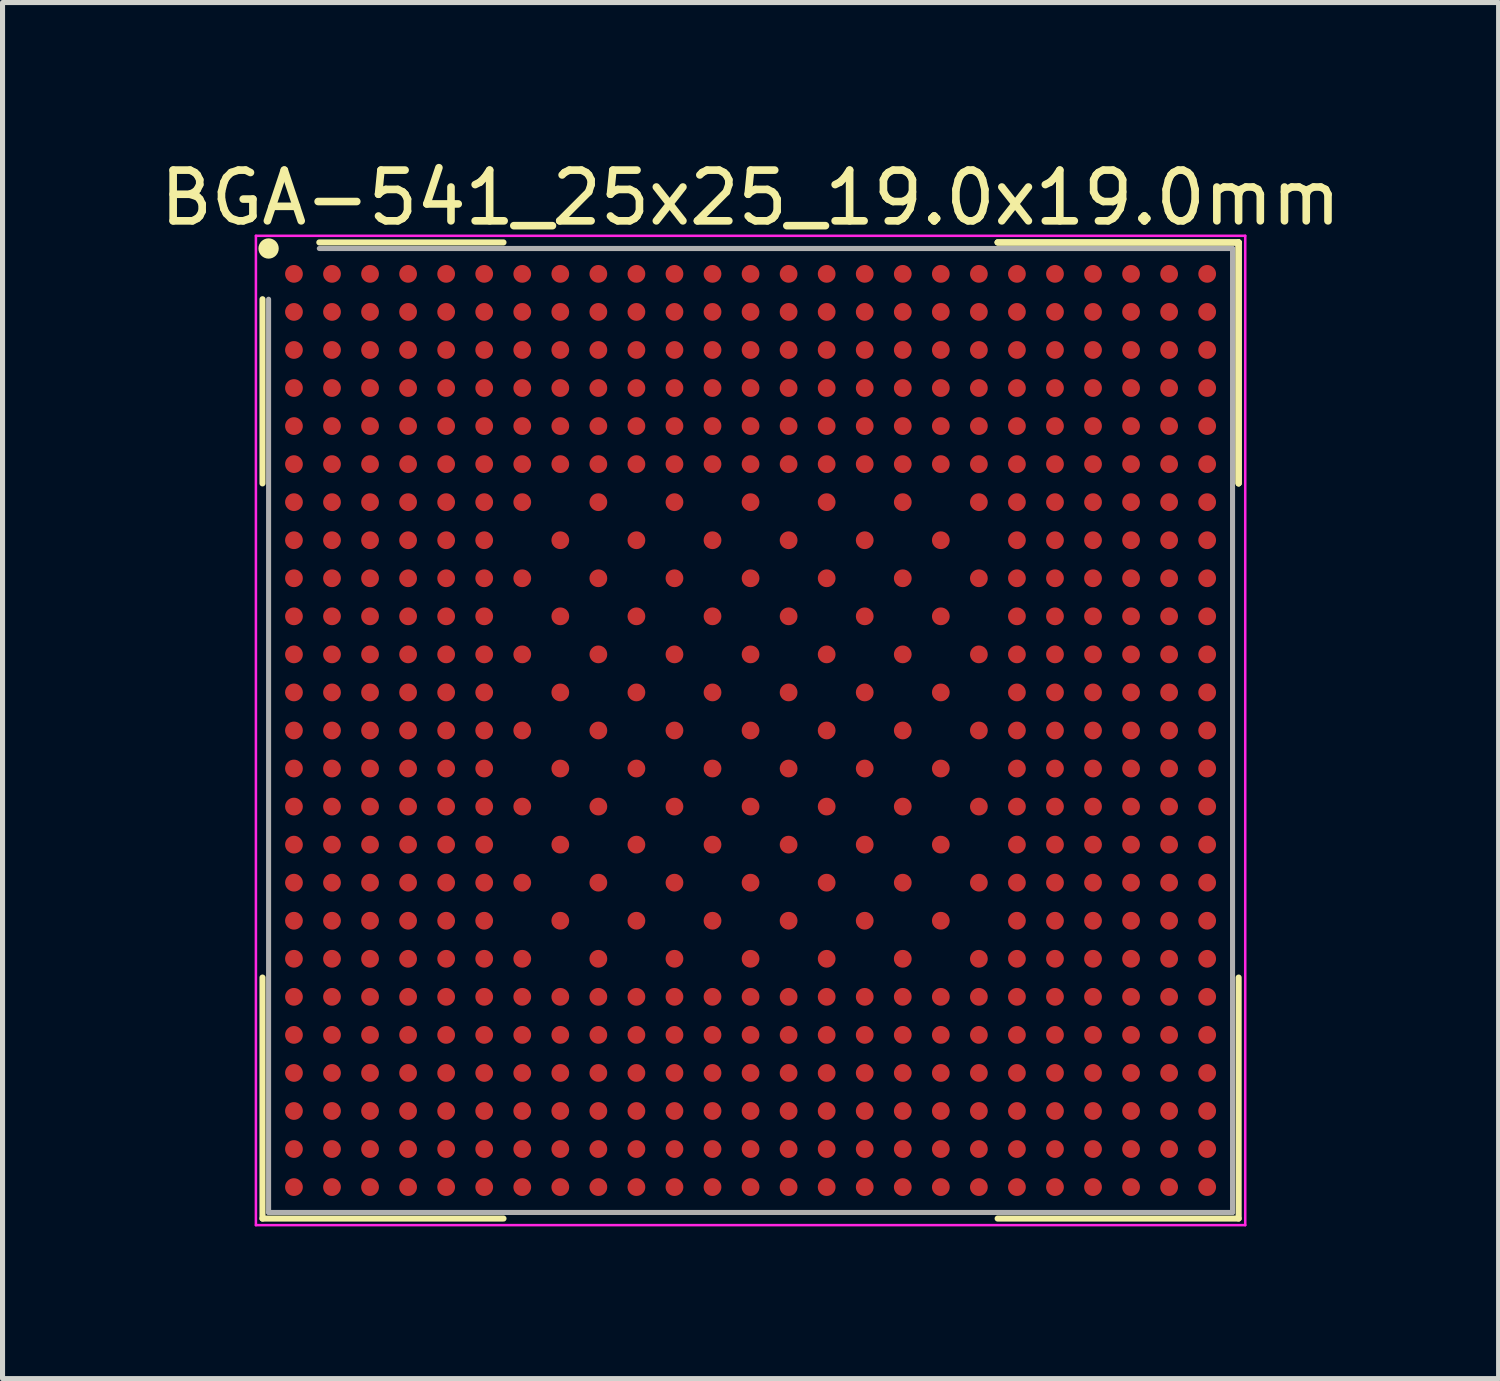
<source format=kicad_pcb>
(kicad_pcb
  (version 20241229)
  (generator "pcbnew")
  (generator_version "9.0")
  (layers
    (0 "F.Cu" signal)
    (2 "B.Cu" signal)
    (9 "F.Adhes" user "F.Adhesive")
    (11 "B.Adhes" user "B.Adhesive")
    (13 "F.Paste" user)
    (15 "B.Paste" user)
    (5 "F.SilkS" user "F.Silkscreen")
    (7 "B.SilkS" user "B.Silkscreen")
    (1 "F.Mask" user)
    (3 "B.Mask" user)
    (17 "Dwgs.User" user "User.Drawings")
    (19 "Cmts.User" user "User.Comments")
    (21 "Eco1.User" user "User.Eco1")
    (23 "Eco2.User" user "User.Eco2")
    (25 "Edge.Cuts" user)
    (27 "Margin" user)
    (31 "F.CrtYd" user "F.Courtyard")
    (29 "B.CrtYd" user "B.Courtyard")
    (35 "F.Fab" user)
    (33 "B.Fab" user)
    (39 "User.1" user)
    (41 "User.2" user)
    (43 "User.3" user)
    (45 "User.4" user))
  (footprint "BGA-541_25x25_19.0x19.0mm"
    (layer "F.Cu")
    (at 11.744 11.348)
    (property "Reference" "BGA-541_25x25_19.0x19.0mm" (at 0 -10.5 0) (layer "F.SilkS") (effects (font (size 1 1) (thickness 0.15))))
    (attr smd)
    (fp_line (start -9.62 -8.5) (end -9.62 -4.87) (stroke (width 0.12) (type solid)) (layer "F.SilkS"))
    (fp_line (start -9.62 9.62) (end -9.62 4.87) (stroke (width 0.12) (type solid)) (layer "F.SilkS"))
    (fp_line (start -4.87 -9.62) (end -8.5 -9.62) (stroke (width 0.12) (type solid)) (layer "F.SilkS"))
    (fp_line (start -4.87 9.62) (end -9.62 9.62) (stroke (width 0.12) (type solid)) (layer "F.SilkS"))
    (fp_line (start 4.87 -9.62) (end 9.62 -9.62) (stroke (width 0.12) (type solid)) (layer "F.SilkS"))
    (fp_line (start 4.87 -9.62) (end 9.62 -9.62) (stroke (width 0.12) (type solid)) (layer "F.SilkS"))
    (fp_line (start 4.87 -9.62) (end 9.62 -9.62) (stroke (width 0.12) (type solid)) (layer "F.SilkS"))
    (fp_line (start 4.87 9.62) (end 9.62 9.62) (stroke (width 0.12) (type solid)) (layer "F.SilkS"))
    (fp_line (start 9.62 -9.62) (end 9.62 -4.87) (stroke (width 0.12) (type solid)) (layer "F.SilkS"))
    (fp_line (start 9.62 -9.62) (end 9.62 -4.87) (stroke (width 0.12) (type solid)) (layer "F.SilkS"))
    (fp_line (start 9.62 -9.62) (end 9.62 -4.87) (stroke (width 0.12) (type solid)) (layer "F.SilkS"))
    (fp_line (start 9.62 9.62) (end 9.62 4.87) (stroke (width 0.12) (type solid)) (layer "F.SilkS"))
    (fp_circle (center -9.5 -9.5) (end -9.5 -9.4) (stroke (width 0.2) (type solid)) (fill no) (layer "F.SilkS"))
    (fp_line (start -9.75 -9.75) (end 9.75 -9.75) (stroke (width 0.05) (type solid)) (layer "F.CrtYd"))
    (fp_line (start -9.75 9.75) (end -9.75 -9.75) (stroke (width 0.05) (type solid)) (layer "F.CrtYd"))
    (fp_line (start 9.75 -9.75) (end 9.75 9.75) (stroke (width 0.05) (type solid)) (layer "F.CrtYd"))
    (fp_line (start 9.75 9.75) (end -9.75 9.75) (stroke (width 0.05) (type solid)) (layer "F.CrtYd"))
    (fp_line (start -9.5 -8.5) (end -9.5 9.5) (stroke (width 0.1) (type solid)) (layer "F.Fab"))
    (fp_line (start -9.5 9.5) (end 9.5 9.5) (stroke (width 0.1) (type solid)) (layer "F.Fab"))
    (fp_line (start 9.5 -9.5) (end -8.5 -9.5) (stroke (width 0.1) (type solid)) (layer "F.Fab"))
    (fp_line (start 9.5 9.5) (end 9.5 -9.5) (stroke (width 0.1) (type solid)) (layer "F.Fab"))
    (pad "A1" smd circle (at -9 -9) (size 0.35 0.35) (layers "F.Cu" "F.Mask" "F.Paste"))
    (pad "A2" smd circle (at -8.25 -9) (size 0.35 0.35) (layers "F.Cu" "F.Mask" "F.Paste"))
    (pad "A3" smd circle (at -7.5 -9) (size 0.35 0.35) (layers "F.Cu" "F.Mask" "F.Paste"))
    (pad "A4" smd circle (at -6.75 -9) (size 0.35 0.35) (layers "F.Cu" "F.Mask" "F.Paste"))
    (pad "A5" smd circle (at -6 -9) (size 0.35 0.35) (layers "F.Cu" "F.Mask" "F.Paste"))
    (pad "A6" smd circle (at -5.25 -9) (size 0.35 0.35) (layers "F.Cu" "F.Mask" "F.Paste"))
    (pad "A7" smd circle (at -4.5 -9) (size 0.35 0.35) (layers "F.Cu" "F.Mask" "F.Paste"))
    (pad "A8" smd circle (at -3.75 -9) (size 0.35 0.35) (layers "F.Cu" "F.Mask" "F.Paste"))
    (pad "A9" smd circle (at -3 -9) (size 0.35 0.35) (layers "F.Cu" "F.Mask" "F.Paste"))
    (pad "A10" smd circle (at -2.25 -9) (size 0.35 0.35) (layers "F.Cu" "F.Mask" "F.Paste"))
    (pad "A11" smd circle (at -1.5 -9) (size 0.35 0.35) (layers "F.Cu" "F.Mask" "F.Paste"))
    (pad "A12" smd circle (at -0.75 -9) (size 0.35 0.35) (layers "F.Cu" "F.Mask" "F.Paste"))
    (pad "A13" smd circle (at 0 -9) (size 0.35 0.35) (layers "F.Cu" "F.Mask" "F.Paste"))
    (pad "A14" smd circle (at 0.75 -9) (size 0.35 0.35) (layers "F.Cu" "F.Mask" "F.Paste"))
    (pad "A15" smd circle (at 1.5 -9) (size 0.35 0.35) (layers "F.Cu" "F.Mask" "F.Paste"))
    (pad "A16" smd circle (at 2.25 -9) (size 0.35 0.35) (layers "F.Cu" "F.Mask" "F.Paste"))
    (pad "A17" smd circle (at 3 -9) (size 0.35 0.35) (layers "F.Cu" "F.Mask" "F.Paste"))
    (pad "A18" smd circle (at 3.75 -9) (size 0.35 0.35) (layers "F.Cu" "F.Mask" "F.Paste"))
    (pad "A19" smd circle (at 4.5 -9) (size 0.35 0.35) (layers "F.Cu" "F.Mask" "F.Paste"))
    (pad "A20" smd circle (at 5.25 -9) (size 0.35 0.35) (layers "F.Cu" "F.Mask" "F.Paste"))
    (pad "A21" smd circle (at 6 -9) (size 0.35 0.35) (layers "F.Cu" "F.Mask" "F.Paste"))
    (pad "A22" smd circle (at 6.75 -9) (size 0.35 0.35) (layers "F.Cu" "F.Mask" "F.Paste"))
    (pad "A23" smd circle (at 7.5 -9) (size 0.35 0.35) (layers "F.Cu" "F.Mask" "F.Paste"))
    (pad "A24" smd circle (at 8.25 -9) (size 0.35 0.35) (layers "F.Cu" "F.Mask" "F.Paste"))
    (pad "A25" smd circle (at 9 -9) (size 0.35 0.35) (layers "F.Cu" "F.Mask" "F.Paste"))
    (pad "AA1" smd circle (at -9 6) (size 0.35 0.35) (layers "F.Cu" "F.Mask" "F.Paste"))
    (pad "AA2" smd circle (at -8.25 6) (size 0.35 0.35) (layers "F.Cu" "F.Mask" "F.Paste"))
    (pad "AA3" smd circle (at -7.5 6) (size 0.35 0.35) (layers "F.Cu" "F.Mask" "F.Paste"))
    (pad "AA4" smd circle (at -6.75 6) (size 0.35 0.35) (layers "F.Cu" "F.Mask" "F.Paste"))
    (pad "AA5" smd circle (at -6 6) (size 0.35 0.35) (layers "F.Cu" "F.Mask" "F.Paste"))
    (pad "AA6" smd circle (at -5.25 6) (size 0.35 0.35) (layers "F.Cu" "F.Mask" "F.Paste"))
    (pad "AA7" smd circle (at -4.5 6) (size 0.35 0.35) (layers "F.Cu" "F.Mask" "F.Paste"))
    (pad "AA8" smd circle (at -3.75 6) (size 0.35 0.35) (layers "F.Cu" "F.Mask" "F.Paste"))
    (pad "AA9" smd circle (at -3 6) (size 0.35 0.35) (layers "F.Cu" "F.Mask" "F.Paste"))
    (pad "AA10" smd circle (at -2.25 6) (size 0.35 0.35) (layers "F.Cu" "F.Mask" "F.Paste"))
    (pad "AA11" smd circle (at -1.5 6) (size 0.35 0.35) (layers "F.Cu" "F.Mask" "F.Paste"))
    (pad "AA12" smd circle (at -0.75 6) (size 0.35 0.35) (layers "F.Cu" "F.Mask" "F.Paste"))
    (pad "AA13" smd circle (at 0 6) (size 0.35 0.35) (layers "F.Cu" "F.Mask" "F.Paste"))
    (pad "AA14" smd circle (at 0.75 6) (size 0.35 0.35) (layers "F.Cu" "F.Mask" "F.Paste"))
    (pad "AA15" smd circle (at 1.5 6) (size 0.35 0.35) (layers "F.Cu" "F.Mask" "F.Paste"))
    (pad "AA16" smd circle (at 2.25 6) (size 0.35 0.35) (layers "F.Cu" "F.Mask" "F.Paste"))
    (pad "AA17" smd circle (at 3 6) (size 0.35 0.35) (layers "F.Cu" "F.Mask" "F.Paste"))
    (pad "AA18" smd circle (at 3.75 6) (size 0.35 0.35) (layers "F.Cu" "F.Mask" "F.Paste"))
    (pad "AA19" smd circle (at 4.5 6) (size 0.35 0.35) (layers "F.Cu" "F.Mask" "F.Paste"))
    (pad "AA20" smd circle (at 5.25 6) (size 0.35 0.35) (layers "F.Cu" "F.Mask" "F.Paste"))
    (pad "AA21" smd circle (at 6 6) (size 0.35 0.35) (layers "F.Cu" "F.Mask" "F.Paste"))
    (pad "AA22" smd circle (at 6.75 6) (size 0.35 0.35) (layers "F.Cu" "F.Mask" "F.Paste"))
    (pad "AA23" smd circle (at 7.5 6) (size 0.35 0.35) (layers "F.Cu" "F.Mask" "F.Paste"))
    (pad "AA24" smd circle (at 8.25 6) (size 0.35 0.35) (layers "F.Cu" "F.Mask" "F.Paste"))
    (pad "AA25" smd circle (at 9 6) (size 0.35 0.35) (layers "F.Cu" "F.Mask" "F.Paste"))
    (pad "AB1" smd circle (at -9 6.75) (size 0.35 0.35) (layers "F.Cu" "F.Mask" "F.Paste"))
    (pad "AB2" smd circle (at -8.25 6.75) (size 0.35 0.35) (layers "F.Cu" "F.Mask" "F.Paste"))
    (pad "AB3" smd circle (at -7.5 6.75) (size 0.35 0.35) (layers "F.Cu" "F.Mask" "F.Paste"))
    (pad "AB4" smd circle (at -6.75 6.75) (size 0.35 0.35) (layers "F.Cu" "F.Mask" "F.Paste"))
    (pad "AB5" smd circle (at -6 6.75) (size 0.35 0.35) (layers "F.Cu" "F.Mask" "F.Paste"))
    (pad "AB6" smd circle (at -5.25 6.75) (size 0.35 0.35) (layers "F.Cu" "F.Mask" "F.Paste"))
    (pad "AB7" smd circle (at -4.5 6.75) (size 0.35 0.35) (layers "F.Cu" "F.Mask" "F.Paste"))
    (pad "AB8" smd circle (at -3.75 6.75) (size 0.35 0.35) (layers "F.Cu" "F.Mask" "F.Paste"))
    (pad "AB9" smd circle (at -3 6.75) (size 0.35 0.35) (layers "F.Cu" "F.Mask" "F.Paste"))
    (pad "AB10" smd circle (at -2.25 6.75) (size 0.35 0.35) (layers "F.Cu" "F.Mask" "F.Paste"))
    (pad "AB11" smd circle (at -1.5 6.75) (size 0.35 0.35) (layers "F.Cu" "F.Mask" "F.Paste"))
    (pad "AB12" smd circle (at -0.75 6.75) (size 0.35 0.35) (layers "F.Cu" "F.Mask" "F.Paste"))
    (pad "AB13" smd circle (at 0 6.75) (size 0.35 0.35) (layers "F.Cu" "F.Mask" "F.Paste"))
    (pad "AB14" smd circle (at 0.75 6.75) (size 0.35 0.35) (layers "F.Cu" "F.Mask" "F.Paste"))
    (pad "AB15" smd circle (at 1.5 6.75) (size 0.35 0.35) (layers "F.Cu" "F.Mask" "F.Paste"))
    (pad "AB16" smd circle (at 2.25 6.75) (size 0.35 0.35) (layers "F.Cu" "F.Mask" "F.Paste"))
    (pad "AB17" smd circle (at 3 6.75) (size 0.35 0.35) (layers "F.Cu" "F.Mask" "F.Paste"))
    (pad "AB18" smd circle (at 3.75 6.75) (size 0.35 0.35) (layers "F.Cu" "F.Mask" "F.Paste"))
    (pad "AB19" smd circle (at 4.5 6.75) (size 0.35 0.35) (layers "F.Cu" "F.Mask" "F.Paste"))
    (pad "AB20" smd circle (at 5.25 6.75) (size 0.35 0.35) (layers "F.Cu" "F.Mask" "F.Paste"))
    (pad "AB21" smd circle (at 6 6.75) (size 0.35 0.35) (layers "F.Cu" "F.Mask" "F.Paste"))
    (pad "AB22" smd circle (at 6.75 6.75) (size 0.35 0.35) (layers "F.Cu" "F.Mask" "F.Paste"))
    (pad "AB23" smd circle (at 7.5 6.75) (size 0.35 0.35) (layers "F.Cu" "F.Mask" "F.Paste"))
    (pad "AB24" smd circle (at 8.25 6.75) (size 0.35 0.35) (layers "F.Cu" "F.Mask" "F.Paste"))
    (pad "AB25" smd circle (at 9 6.75) (size 0.35 0.35) (layers "F.Cu" "F.Mask" "F.Paste"))
    (pad "AC1" smd circle (at -9 7.5) (size 0.35 0.35) (layers "F.Cu" "F.Mask" "F.Paste"))
    (pad "AC2" smd circle (at -8.25 7.5) (size 0.35 0.35) (layers "F.Cu" "F.Mask" "F.Paste"))
    (pad "AC3" smd circle (at -7.5 7.5) (size 0.35 0.35) (layers "F.Cu" "F.Mask" "F.Paste"))
    (pad "AC4" smd circle (at -6.75 7.5) (size 0.35 0.35) (layers "F.Cu" "F.Mask" "F.Paste"))
    (pad "AC5" smd circle (at -6 7.5) (size 0.35 0.35) (layers "F.Cu" "F.Mask" "F.Paste"))
    (pad "AC6" smd circle (at -5.25 7.5) (size 0.35 0.35) (layers "F.Cu" "F.Mask" "F.Paste"))
    (pad "AC7" smd circle (at -4.5 7.5) (size 0.35 0.35) (layers "F.Cu" "F.Mask" "F.Paste"))
    (pad "AC8" smd circle (at -3.75 7.5) (size 0.35 0.35) (layers "F.Cu" "F.Mask" "F.Paste"))
    (pad "AC9" smd circle (at -3 7.5) (size 0.35 0.35) (layers "F.Cu" "F.Mask" "F.Paste"))
    (pad "AC10" smd circle (at -2.25 7.5) (size 0.35 0.35) (layers "F.Cu" "F.Mask" "F.Paste"))
    (pad "AC11" smd circle (at -1.5 7.5) (size 0.35 0.35) (layers "F.Cu" "F.Mask" "F.Paste"))
    (pad "AC12" smd circle (at -0.75 7.5) (size 0.35 0.35) (layers "F.Cu" "F.Mask" "F.Paste"))
    (pad "AC13" smd circle (at 0 7.5) (size 0.35 0.35) (layers "F.Cu" "F.Mask" "F.Paste"))
    (pad "AC14" smd circle (at 0.75 7.5) (size 0.35 0.35) (layers "F.Cu" "F.Mask" "F.Paste"))
    (pad "AC15" smd circle (at 1.5 7.5) (size 0.35 0.35) (layers "F.Cu" "F.Mask" "F.Paste"))
    (pad "AC16" smd circle (at 2.25 7.5) (size 0.35 0.35) (layers "F.Cu" "F.Mask" "F.Paste"))
    (pad "AC17" smd circle (at 3 7.5) (size 0.35 0.35) (layers "F.Cu" "F.Mask" "F.Paste"))
    (pad "AC18" smd circle (at 3.75 7.5) (size 0.35 0.35) (layers "F.Cu" "F.Mask" "F.Paste"))
    (pad "AC19" smd circle (at 4.5 7.5) (size 0.35 0.35) (layers "F.Cu" "F.Mask" "F.Paste"))
    (pad "AC20" smd circle (at 5.25 7.5) (size 0.35 0.35) (layers "F.Cu" "F.Mask" "F.Paste"))
    (pad "AC21" smd circle (at 6 7.5) (size 0.35 0.35) (layers "F.Cu" "F.Mask" "F.Paste"))
    (pad "AC22" smd circle (at 6.75 7.5) (size 0.35 0.35) (layers "F.Cu" "F.Mask" "F.Paste"))
    (pad "AC23" smd circle (at 7.5 7.5) (size 0.35 0.35) (layers "F.Cu" "F.Mask" "F.Paste"))
    (pad "AC24" smd circle (at 8.25 7.5) (size 0.35 0.35) (layers "F.Cu" "F.Mask" "F.Paste"))
    (pad "AC25" smd circle (at 9 7.5) (size 0.35 0.35) (layers "F.Cu" "F.Mask" "F.Paste"))
    (pad "AD1" smd circle (at -9 8.25) (size 0.35 0.35) (layers "F.Cu" "F.Mask" "F.Paste"))
    (pad "AD2" smd circle (at -8.25 8.25) (size 0.35 0.35) (layers "F.Cu" "F.Mask" "F.Paste"))
    (pad "AD3" smd circle (at -7.5 8.25) (size 0.35 0.35) (layers "F.Cu" "F.Mask" "F.Paste"))
    (pad "AD4" smd circle (at -6.75 8.25) (size 0.35 0.35) (layers "F.Cu" "F.Mask" "F.Paste"))
    (pad "AD5" smd circle (at -6 8.25) (size 0.35 0.35) (layers "F.Cu" "F.Mask" "F.Paste"))
    (pad "AD6" smd circle (at -5.25 8.25) (size 0.35 0.35) (layers "F.Cu" "F.Mask" "F.Paste"))
    (pad "AD7" smd circle (at -4.5 8.25) (size 0.35 0.35) (layers "F.Cu" "F.Mask" "F.Paste"))
    (pad "AD8" smd circle (at -3.75 8.25) (size 0.35 0.35) (layers "F.Cu" "F.Mask" "F.Paste"))
    (pad "AD9" smd circle (at -3 8.25) (size 0.35 0.35) (layers "F.Cu" "F.Mask" "F.Paste"))
    (pad "AD10" smd circle (at -2.25 8.25) (size 0.35 0.35) (layers "F.Cu" "F.Mask" "F.Paste"))
    (pad "AD11" smd circle (at -1.5 8.25) (size 0.35 0.35) (layers "F.Cu" "F.Mask" "F.Paste"))
    (pad "AD12" smd circle (at -0.75 8.25) (size 0.35 0.35) (layers "F.Cu" "F.Mask" "F.Paste"))
    (pad "AD13" smd circle (at 0 8.25) (size 0.35 0.35) (layers "F.Cu" "F.Mask" "F.Paste"))
    (pad "AD14" smd circle (at 0.75 8.25) (size 0.35 0.35) (layers "F.Cu" "F.Mask" "F.Paste"))
    (pad "AD15" smd circle (at 1.5 8.25) (size 0.35 0.35) (layers "F.Cu" "F.Mask" "F.Paste"))
    (pad "AD16" smd circle (at 2.25 8.25) (size 0.35 0.35) (layers "F.Cu" "F.Mask" "F.Paste"))
    (pad "AD17" smd circle (at 3 8.25) (size 0.35 0.35) (layers "F.Cu" "F.Mask" "F.Paste"))
    (pad "AD18" smd circle (at 3.75 8.25) (size 0.35 0.35) (layers "F.Cu" "F.Mask" "F.Paste"))
    (pad "AD19" smd circle (at 4.5 8.25) (size 0.35 0.35) (layers "F.Cu" "F.Mask" "F.Paste"))
    (pad "AD20" smd circle (at 5.25 8.25) (size 0.35 0.35) (layers "F.Cu" "F.Mask" "F.Paste"))
    (pad "AD21" smd circle (at 6 8.25) (size 0.35 0.35) (layers "F.Cu" "F.Mask" "F.Paste"))
    (pad "AD22" smd circle (at 6.75 8.25) (size 0.35 0.35) (layers "F.Cu" "F.Mask" "F.Paste"))
    (pad "AD23" smd circle (at 7.5 8.25) (size 0.35 0.35) (layers "F.Cu" "F.Mask" "F.Paste"))
    (pad "AD24" smd circle (at 8.25 8.25) (size 0.35 0.35) (layers "F.Cu" "F.Mask" "F.Paste"))
    (pad "AD25" smd circle (at 9 8.25) (size 0.35 0.35) (layers "F.Cu" "F.Mask" "F.Paste"))
    (pad "AE1" smd circle (at -9 9) (size 0.35 0.35) (layers "F.Cu" "F.Mask" "F.Paste"))
    (pad "AE2" smd circle (at -8.25 9) (size 0.35 0.35) (layers "F.Cu" "F.Mask" "F.Paste"))
    (pad "AE3" smd circle (at -7.5 9) (size 0.35 0.35) (layers "F.Cu" "F.Mask" "F.Paste"))
    (pad "AE4" smd circle (at -6.75 9) (size 0.35 0.35) (layers "F.Cu" "F.Mask" "F.Paste"))
    (pad "AE5" smd circle (at -6 9) (size 0.35 0.35) (layers "F.Cu" "F.Mask" "F.Paste"))
    (pad "AE6" smd circle (at -5.25 9) (size 0.35 0.35) (layers "F.Cu" "F.Mask" "F.Paste"))
    (pad "AE7" smd circle (at -4.5 9) (size 0.35 0.35) (layers "F.Cu" "F.Mask" "F.Paste"))
    (pad "AE8" smd circle (at -3.75 9) (size 0.35 0.35) (layers "F.Cu" "F.Mask" "F.Paste"))
    (pad "AE9" smd circle (at -3 9) (size 0.35 0.35) (layers "F.Cu" "F.Mask" "F.Paste"))
    (pad "AE10" smd circle (at -2.25 9) (size 0.35 0.35) (layers "F.Cu" "F.Mask" "F.Paste"))
    (pad "AE11" smd circle (at -1.5 9) (size 0.35 0.35) (layers "F.Cu" "F.Mask" "F.Paste"))
    (pad "AE12" smd circle (at -0.75 9) (size 0.35 0.35) (layers "F.Cu" "F.Mask" "F.Paste"))
    (pad "AE13" smd circle (at 0 9) (size 0.35 0.35) (layers "F.Cu" "F.Mask" "F.Paste"))
    (pad "AE14" smd circle (at 0.75 9) (size 0.35 0.35) (layers "F.Cu" "F.Mask" "F.Paste"))
    (pad "AE15" smd circle (at 1.5 9) (size 0.35 0.35) (layers "F.Cu" "F.Mask" "F.Paste"))
    (pad "AE16" smd circle (at 2.25 9) (size 0.35 0.35) (layers "F.Cu" "F.Mask" "F.Paste"))
    (pad "AE17" smd circle (at 3 9) (size 0.35 0.35) (layers "F.Cu" "F.Mask" "F.Paste"))
    (pad "AE18" smd circle (at 3.75 9) (size 0.35 0.35) (layers "F.Cu" "F.Mask" "F.Paste"))
    (pad "AE19" smd circle (at 4.5 9) (size 0.35 0.35) (layers "F.Cu" "F.Mask" "F.Paste"))
    (pad "AE20" smd circle (at 5.25 9) (size 0.35 0.35) (layers "F.Cu" "F.Mask" "F.Paste"))
    (pad "AE21" smd circle (at 6 9) (size 0.35 0.35) (layers "F.Cu" "F.Mask" "F.Paste"))
    (pad "AE22" smd circle (at 6.75 9) (size 0.35 0.35) (layers "F.Cu" "F.Mask" "F.Paste"))
    (pad "AE23" smd circle (at 7.5 9) (size 0.35 0.35) (layers "F.Cu" "F.Mask" "F.Paste"))
    (pad "AE24" smd circle (at 8.25 9) (size 0.35 0.35) (layers "F.Cu" "F.Mask" "F.Paste"))
    (pad "AE25" smd circle (at 9 9) (size 0.35 0.35) (layers "F.Cu" "F.Mask" "F.Paste"))
    (pad "B1" smd circle (at -9 -8.25) (size 0.35 0.35) (layers "F.Cu" "F.Mask" "F.Paste"))
    (pad "B2" smd circle (at -8.25 -8.25) (size 0.35 0.35) (layers "F.Cu" "F.Mask" "F.Paste"))
    (pad "B3" smd circle (at -7.5 -8.25) (size 0.35 0.35) (layers "F.Cu" "F.Mask" "F.Paste"))
    (pad "B4" smd circle (at -6.75 -8.25) (size 0.35 0.35) (layers "F.Cu" "F.Mask" "F.Paste"))
    (pad "B5" smd circle (at -6 -8.25) (size 0.35 0.35) (layers "F.Cu" "F.Mask" "F.Paste"))
    (pad "B6" smd circle (at -5.25 -8.25) (size 0.35 0.35) (layers "F.Cu" "F.Mask" "F.Paste"))
    (pad "B7" smd circle (at -4.5 -8.25) (size 0.35 0.35) (layers "F.Cu" "F.Mask" "F.Paste"))
    (pad "B8" smd circle (at -3.75 -8.25) (size 0.35 0.35) (layers "F.Cu" "F.Mask" "F.Paste"))
    (pad "B9" smd circle (at -3 -8.25) (size 0.35 0.35) (layers "F.Cu" "F.Mask" "F.Paste"))
    (pad "B10" smd circle (at -2.25 -8.25) (size 0.35 0.35) (layers "F.Cu" "F.Mask" "F.Paste"))
    (pad "B11" smd circle (at -1.5 -8.25) (size 0.35 0.35) (layers "F.Cu" "F.Mask" "F.Paste"))
    (pad "B12" smd circle (at -0.75 -8.25) (size 0.35 0.35) (layers "F.Cu" "F.Mask" "F.Paste"))
    (pad "B13" smd circle (at 0 -8.25) (size 0.35 0.35) (layers "F.Cu" "F.Mask" "F.Paste"))
    (pad "B14" smd circle (at 0.75 -8.25) (size 0.35 0.35) (layers "F.Cu" "F.Mask" "F.Paste"))
    (pad "B15" smd circle (at 1.5 -8.25) (size 0.35 0.35) (layers "F.Cu" "F.Mask" "F.Paste"))
    (pad "B16" smd circle (at 2.25 -8.25) (size 0.35 0.35) (layers "F.Cu" "F.Mask" "F.Paste"))
    (pad "B17" smd circle (at 3 -8.25) (size 0.35 0.35) (layers "F.Cu" "F.Mask" "F.Paste"))
    (pad "B18" smd circle (at 3.75 -8.25) (size 0.35 0.35) (layers "F.Cu" "F.Mask" "F.Paste"))
    (pad "B19" smd circle (at 4.5 -8.25) (size 0.35 0.35) (layers "F.Cu" "F.Mask" "F.Paste"))
    (pad "B20" smd circle (at 5.25 -8.25) (size 0.35 0.35) (layers "F.Cu" "F.Mask" "F.Paste"))
    (pad "B21" smd circle (at 6 -8.25) (size 0.35 0.35) (layers "F.Cu" "F.Mask" "F.Paste"))
    (pad "B22" smd circle (at 6.75 -8.25) (size 0.35 0.35) (layers "F.Cu" "F.Mask" "F.Paste"))
    (pad "B23" smd circle (at 7.5 -8.25) (size 0.35 0.35) (layers "F.Cu" "F.Mask" "F.Paste"))
    (pad "B24" smd circle (at 8.25 -8.25) (size 0.35 0.35) (layers "F.Cu" "F.Mask" "F.Paste"))
    (pad "B25" smd circle (at 9 -8.25) (size 0.35 0.35) (layers "F.Cu" "F.Mask" "F.Paste"))
    (pad "C1" smd circle (at -9 -7.5) (size 0.35 0.35) (layers "F.Cu" "F.Mask" "F.Paste"))
    (pad "C2" smd circle (at -8.25 -7.5) (size 0.35 0.35) (layers "F.Cu" "F.Mask" "F.Paste"))
    (pad "C3" smd circle (at -7.5 -7.5) (size 0.35 0.35) (layers "F.Cu" "F.Mask" "F.Paste"))
    (pad "C4" smd circle (at -6.75 -7.5) (size 0.35 0.35) (layers "F.Cu" "F.Mask" "F.Paste"))
    (pad "C5" smd circle (at -6 -7.5) (size 0.35 0.35) (layers "F.Cu" "F.Mask" "F.Paste"))
    (pad "C6" smd circle (at -5.25 -7.5) (size 0.35 0.35) (layers "F.Cu" "F.Mask" "F.Paste"))
    (pad "C7" smd circle (at -4.5 -7.5) (size 0.35 0.35) (layers "F.Cu" "F.Mask" "F.Paste"))
    (pad "C8" smd circle (at -3.75 -7.5) (size 0.35 0.35) (layers "F.Cu" "F.Mask" "F.Paste"))
    (pad "C9" smd circle (at -3 -7.5) (size 0.35 0.35) (layers "F.Cu" "F.Mask" "F.Paste"))
    (pad "C10" smd circle (at -2.25 -7.5) (size 0.35 0.35) (layers "F.Cu" "F.Mask" "F.Paste"))
    (pad "C11" smd circle (at -1.5 -7.5) (size 0.35 0.35) (layers "F.Cu" "F.Mask" "F.Paste"))
    (pad "C12" smd circle (at -0.75 -7.5) (size 0.35 0.35) (layers "F.Cu" "F.Mask" "F.Paste"))
    (pad "C13" smd circle (at 0 -7.5) (size 0.35 0.35) (layers "F.Cu" "F.Mask" "F.Paste"))
    (pad "C14" smd circle (at 0.75 -7.5) (size 0.35 0.35) (layers "F.Cu" "F.Mask" "F.Paste"))
    (pad "C15" smd circle (at 1.5 -7.5) (size 0.35 0.35) (layers "F.Cu" "F.Mask" "F.Paste"))
    (pad "C16" smd circle (at 2.25 -7.5) (size 0.35 0.35) (layers "F.Cu" "F.Mask" "F.Paste"))
    (pad "C17" smd circle (at 3 -7.5) (size 0.35 0.35) (layers "F.Cu" "F.Mask" "F.Paste"))
    (pad "C18" smd circle (at 3.75 -7.5) (size 0.35 0.35) (layers "F.Cu" "F.Mask" "F.Paste"))
    (pad "C19" smd circle (at 4.5 -7.5) (size 0.35 0.35) (layers "F.Cu" "F.Mask" "F.Paste"))
    (pad "C20" smd circle (at 5.25 -7.5) (size 0.35 0.35) (layers "F.Cu" "F.Mask" "F.Paste"))
    (pad "C21" smd circle (at 6 -7.5) (size 0.35 0.35) (layers "F.Cu" "F.Mask" "F.Paste"))
    (pad "C22" smd circle (at 6.75 -7.5) (size 0.35 0.35) (layers "F.Cu" "F.Mask" "F.Paste"))
    (pad "C23" smd circle (at 7.5 -7.5) (size 0.35 0.35) (layers "F.Cu" "F.Mask" "F.Paste"))
    (pad "C24" smd circle (at 8.25 -7.5) (size 0.35 0.35) (layers "F.Cu" "F.Mask" "F.Paste"))
    (pad "C25" smd circle (at 9 -7.5) (size 0.35 0.35) (layers "F.Cu" "F.Mask" "F.Paste"))
    (pad "D1" smd circle (at -9 -6.75) (size 0.35 0.35) (layers "F.Cu" "F.Mask" "F.Paste"))
    (pad "D2" smd circle (at -8.25 -6.75) (size 0.35 0.35) (layers "F.Cu" "F.Mask" "F.Paste"))
    (pad "D3" smd circle (at -7.5 -6.75) (size 0.35 0.35) (layers "F.Cu" "F.Mask" "F.Paste"))
    (pad "D4" smd circle (at -6.75 -6.75) (size 0.35 0.35) (layers "F.Cu" "F.Mask" "F.Paste"))
    (pad "D5" smd circle (at -6 -6.75) (size 0.35 0.35) (layers "F.Cu" "F.Mask" "F.Paste"))
    (pad "D6" smd circle (at -5.25 -6.75) (size 0.35 0.35) (layers "F.Cu" "F.Mask" "F.Paste"))
    (pad "D7" smd circle (at -4.5 -6.75) (size 0.35 0.35) (layers "F.Cu" "F.Mask" "F.Paste"))
    (pad "D8" smd circle (at -3.75 -6.75) (size 0.35 0.35) (layers "F.Cu" "F.Mask" "F.Paste"))
    (pad "D9" smd circle (at -3 -6.75) (size 0.35 0.35) (layers "F.Cu" "F.Mask" "F.Paste"))
    (pad "D10" smd circle (at -2.25 -6.75) (size 0.35 0.35) (layers "F.Cu" "F.Mask" "F.Paste"))
    (pad "D11" smd circle (at -1.5 -6.75) (size 0.35 0.35) (layers "F.Cu" "F.Mask" "F.Paste"))
    (pad "D12" smd circle (at -0.75 -6.75) (size 0.35 0.35) (layers "F.Cu" "F.Mask" "F.Paste"))
    (pad "D13" smd circle (at 0 -6.75) (size 0.35 0.35) (layers "F.Cu" "F.Mask" "F.Paste"))
    (pad "D14" smd circle (at 0.75 -6.75) (size 0.35 0.35) (layers "F.Cu" "F.Mask" "F.Paste"))
    (pad "D15" smd circle (at 1.5 -6.75) (size 0.35 0.35) (layers "F.Cu" "F.Mask" "F.Paste"))
    (pad "D16" smd circle (at 2.25 -6.75) (size 0.35 0.35) (layers "F.Cu" "F.Mask" "F.Paste"))
    (pad "D17" smd circle (at 3 -6.75) (size 0.35 0.35) (layers "F.Cu" "F.Mask" "F.Paste"))
    (pad "D18" smd circle (at 3.75 -6.75) (size 0.35 0.35) (layers "F.Cu" "F.Mask" "F.Paste"))
    (pad "D19" smd circle (at 4.5 -6.75) (size 0.35 0.35) (layers "F.Cu" "F.Mask" "F.Paste"))
    (pad "D20" smd circle (at 5.25 -6.75) (size 0.35 0.35) (layers "F.Cu" "F.Mask" "F.Paste"))
    (pad "D21" smd circle (at 6 -6.75) (size 0.35 0.35) (layers "F.Cu" "F.Mask" "F.Paste"))
    (pad "D22" smd circle (at 6.75 -6.75) (size 0.35 0.35) (layers "F.Cu" "F.Mask" "F.Paste"))
    (pad "D23" smd circle (at 7.5 -6.75) (size 0.35 0.35) (layers "F.Cu" "F.Mask" "F.Paste"))
    (pad "D24" smd circle (at 8.25 -6.75) (size 0.35 0.35) (layers "F.Cu" "F.Mask" "F.Paste"))
    (pad "D25" smd circle (at 9 -6.75) (size 0.35 0.35) (layers "F.Cu" "F.Mask" "F.Paste"))
    (pad "E1" smd circle (at -9 -6) (size 0.35 0.35) (layers "F.Cu" "F.Mask" "F.Paste"))
    (pad "E2" smd circle (at -8.25 -6) (size 0.35 0.35) (layers "F.Cu" "F.Mask" "F.Paste"))
    (pad "E3" smd circle (at -7.5 -6) (size 0.35 0.35) (layers "F.Cu" "F.Mask" "F.Paste"))
    (pad "E4" smd circle (at -6.75 -6) (size 0.35 0.35) (layers "F.Cu" "F.Mask" "F.Paste"))
    (pad "E5" smd circle (at -6 -6) (size 0.35 0.35) (layers "F.Cu" "F.Mask" "F.Paste"))
    (pad "E6" smd circle (at -5.25 -6) (size 0.35 0.35) (layers "F.Cu" "F.Mask" "F.Paste"))
    (pad "E7" smd circle (at -4.5 -6) (size 0.35 0.35) (layers "F.Cu" "F.Mask" "F.Paste"))
    (pad "E8" smd circle (at -3.75 -6) (size 0.35 0.35) (layers "F.Cu" "F.Mask" "F.Paste"))
    (pad "E9" smd circle (at -3 -6) (size 0.35 0.35) (layers "F.Cu" "F.Mask" "F.Paste"))
    (pad "E10" smd circle (at -2.25 -6) (size 0.35 0.35) (layers "F.Cu" "F.Mask" "F.Paste"))
    (pad "E11" smd circle (at -1.5 -6) (size 0.35 0.35) (layers "F.Cu" "F.Mask" "F.Paste"))
    (pad "E12" smd circle (at -0.75 -6) (size 0.35 0.35) (layers "F.Cu" "F.Mask" "F.Paste"))
    (pad "E13" smd circle (at 0 -6) (size 0.35 0.35) (layers "F.Cu" "F.Mask" "F.Paste"))
    (pad "E14" smd circle (at 0.75 -6) (size 0.35 0.35) (layers "F.Cu" "F.Mask" "F.Paste"))
    (pad "E15" smd circle (at 1.5 -6) (size 0.35 0.35) (layers "F.Cu" "F.Mask" "F.Paste"))
    (pad "E16" smd circle (at 2.25 -6) (size 0.35 0.35) (layers "F.Cu" "F.Mask" "F.Paste"))
    (pad "E17" smd circle (at 3 -6) (size 0.35 0.35) (layers "F.Cu" "F.Mask" "F.Paste"))
    (pad "E18" smd circle (at 3.75 -6) (size 0.35 0.35) (layers "F.Cu" "F.Mask" "F.Paste"))
    (pad "E19" smd circle (at 4.5 -6) (size 0.35 0.35) (layers "F.Cu" "F.Mask" "F.Paste"))
    (pad "E20" smd circle (at 5.25 -6) (size 0.35 0.35) (layers "F.Cu" "F.Mask" "F.Paste"))
    (pad "E21" smd circle (at 6 -6) (size 0.35 0.35) (layers "F.Cu" "F.Mask" "F.Paste"))
    (pad "E22" smd circle (at 6.75 -6) (size 0.35 0.35) (layers "F.Cu" "F.Mask" "F.Paste"))
    (pad "E23" smd circle (at 7.5 -6) (size 0.35 0.35) (layers "F.Cu" "F.Mask" "F.Paste"))
    (pad "E24" smd circle (at 8.25 -6) (size 0.35 0.35) (layers "F.Cu" "F.Mask" "F.Paste"))
    (pad "E25" smd circle (at 9 -6) (size 0.35 0.35) (layers "F.Cu" "F.Mask" "F.Paste"))
    (pad "F1" smd circle (at -9 -5.25) (size 0.35 0.35) (layers "F.Cu" "F.Mask" "F.Paste"))
    (pad "F2" smd circle (at -8.25 -5.25) (size 0.35 0.35) (layers "F.Cu" "F.Mask" "F.Paste"))
    (pad "F3" smd circle (at -7.5 -5.25) (size 0.35 0.35) (layers "F.Cu" "F.Mask" "F.Paste"))
    (pad "F4" smd circle (at -6.75 -5.25) (size 0.35 0.35) (layers "F.Cu" "F.Mask" "F.Paste"))
    (pad "F5" smd circle (at -6 -5.25) (size 0.35 0.35) (layers "F.Cu" "F.Mask" "F.Paste"))
    (pad "F6" smd circle (at -5.25 -5.25) (size 0.35 0.35) (layers "F.Cu" "F.Mask" "F.Paste"))
    (pad "F7" smd circle (at -4.5 -5.25) (size 0.35 0.35) (layers "F.Cu" "F.Mask" "F.Paste"))
    (pad "F8" smd circle (at -3.75 -5.25) (size 0.35 0.35) (layers "F.Cu" "F.Mask" "F.Paste"))
    (pad "F9" smd circle (at -3 -5.25) (size 0.35 0.35) (layers "F.Cu" "F.Mask" "F.Paste"))
    (pad "F10" smd circle (at -2.25 -5.25) (size 0.35 0.35) (layers "F.Cu" "F.Mask" "F.Paste"))
    (pad "F11" smd circle (at -1.5 -5.25) (size 0.35 0.35) (layers "F.Cu" "F.Mask" "F.Paste"))
    (pad "F12" smd circle (at -0.75 -5.25) (size 0.35 0.35) (layers "F.Cu" "F.Mask" "F.Paste"))
    (pad "F13" smd circle (at 0 -5.25) (size 0.35 0.35) (layers "F.Cu" "F.Mask" "F.Paste"))
    (pad "F14" smd circle (at 0.75 -5.25) (size 0.35 0.35) (layers "F.Cu" "F.Mask" "F.Paste"))
    (pad "F15" smd circle (at 1.5 -5.25) (size 0.35 0.35) (layers "F.Cu" "F.Mask" "F.Paste"))
    (pad "F16" smd circle (at 2.25 -5.25) (size 0.35 0.35) (layers "F.Cu" "F.Mask" "F.Paste"))
    (pad "F17" smd circle (at 3 -5.25) (size 0.35 0.35) (layers "F.Cu" "F.Mask" "F.Paste"))
    (pad "F18" smd circle (at 3.75 -5.25) (size 0.35 0.35) (layers "F.Cu" "F.Mask" "F.Paste"))
    (pad "F19" smd circle (at 4.5 -5.25) (size 0.35 0.35) (layers "F.Cu" "F.Mask" "F.Paste"))
    (pad "F20" smd circle (at 5.25 -5.25) (size 0.35 0.35) (layers "F.Cu" "F.Mask" "F.Paste"))
    (pad "F21" smd circle (at 6 -5.25) (size 0.35 0.35) (layers "F.Cu" "F.Mask" "F.Paste"))
    (pad "F22" smd circle (at 6.75 -5.25) (size 0.35 0.35) (layers "F.Cu" "F.Mask" "F.Paste"))
    (pad "F23" smd circle (at 7.5 -5.25) (size 0.35 0.35) (layers "F.Cu" "F.Mask" "F.Paste"))
    (pad "F24" smd circle (at 8.25 -5.25) (size 0.35 0.35) (layers "F.Cu" "F.Mask" "F.Paste"))
    (pad "F25" smd circle (at 9 -5.25) (size 0.35 0.35) (layers "F.Cu" "F.Mask" "F.Paste"))
    (pad "G1" smd circle (at -9 -4.5) (size 0.35 0.35) (layers "F.Cu" "F.Mask" "F.Paste"))
    (pad "G2" smd circle (at -8.25 -4.5) (size 0.35 0.35) (layers "F.Cu" "F.Mask" "F.Paste"))
    (pad "G3" smd circle (at -7.5 -4.5) (size 0.35 0.35) (layers "F.Cu" "F.Mask" "F.Paste"))
    (pad "G4" smd circle (at -6.75 -4.5) (size 0.35 0.35) (layers "F.Cu" "F.Mask" "F.Paste"))
    (pad "G5" smd circle (at -6 -4.5) (size 0.35 0.35) (layers "F.Cu" "F.Mask" "F.Paste"))
    (pad "G6" smd circle (at -5.25 -4.5) (size 0.35 0.35) (layers "F.Cu" "F.Mask" "F.Paste"))
    (pad "G7" smd circle (at -4.5 -4.5) (size 0.35 0.35) (layers "F.Cu" "F.Mask" "F.Paste"))
    (pad "G9" smd circle (at -3 -4.5) (size 0.35 0.35) (layers "F.Cu" "F.Mask" "F.Paste"))
    (pad "G11" smd circle (at -1.5 -4.5) (size 0.35 0.35) (layers "F.Cu" "F.Mask" "F.Paste"))
    (pad "G13" smd circle (at 0 -4.5) (size 0.35 0.35) (layers "F.Cu" "F.Mask" "F.Paste"))
    (pad "G15" smd circle (at 1.5 -4.5) (size 0.35 0.35) (layers "F.Cu" "F.Mask" "F.Paste"))
    (pad "G17" smd circle (at 3 -4.5) (size 0.35 0.35) (layers "F.Cu" "F.Mask" "F.Paste"))
    (pad "G19" smd circle (at 4.5 -4.5) (size 0.35 0.35) (layers "F.Cu" "F.Mask" "F.Paste"))
    (pad "G20" smd circle (at 5.25 -4.5) (size 0.35 0.35) (layers "F.Cu" "F.Mask" "F.Paste"))
    (pad "G21" smd circle (at 6 -4.5) (size 0.35 0.35) (layers "F.Cu" "F.Mask" "F.Paste"))
    (pad "G22" smd circle (at 6.75 -4.5) (size 0.35 0.35) (layers "F.Cu" "F.Mask" "F.Paste"))
    (pad "G23" smd circle (at 7.5 -4.5) (size 0.35 0.35) (layers "F.Cu" "F.Mask" "F.Paste"))
    (pad "G24" smd circle (at 8.25 -4.5) (size 0.35 0.35) (layers "F.Cu" "F.Mask" "F.Paste"))
    (pad "G25" smd circle (at 9 -4.5) (size 0.35 0.35) (layers "F.Cu" "F.Mask" "F.Paste"))
    (pad "H1" smd circle (at -9 -3.75) (size 0.35 0.35) (layers "F.Cu" "F.Mask" "F.Paste"))
    (pad "H2" smd circle (at -8.25 -3.75) (size 0.35 0.35) (layers "F.Cu" "F.Mask" "F.Paste"))
    (pad "H3" smd circle (at -7.5 -3.75) (size 0.35 0.35) (layers "F.Cu" "F.Mask" "F.Paste"))
    (pad "H4" smd circle (at -6.75 -3.75) (size 0.35 0.35) (layers "F.Cu" "F.Mask" "F.Paste"))
    (pad "H5" smd circle (at -6 -3.75) (size 0.35 0.35) (layers "F.Cu" "F.Mask" "F.Paste"))
    (pad "H6" smd circle (at -5.25 -3.75) (size 0.35 0.35) (layers "F.Cu" "F.Mask" "F.Paste"))
    (pad "H8" smd circle (at -3.75 -3.75) (size 0.35 0.35) (layers "F.Cu" "F.Mask" "F.Paste"))
    (pad "H10" smd circle (at -2.25 -3.75) (size 0.35 0.35) (layers "F.Cu" "F.Mask" "F.Paste"))
    (pad "H12" smd circle (at -0.75 -3.75) (size 0.35 0.35) (layers "F.Cu" "F.Mask" "F.Paste"))
    (pad "H14" smd circle (at 0.75 -3.75) (size 0.35 0.35) (layers "F.Cu" "F.Mask" "F.Paste"))
    (pad "H16" smd circle (at 2.25 -3.75) (size 0.35 0.35) (layers "F.Cu" "F.Mask" "F.Paste"))
    (pad "H18" smd circle (at 3.75 -3.75) (size 0.35 0.35) (layers "F.Cu" "F.Mask" "F.Paste"))
    (pad "H20" smd circle (at 5.25 -3.75) (size 0.35 0.35) (layers "F.Cu" "F.Mask" "F.Paste"))
    (pad "H21" smd circle (at 6 -3.75) (size 0.35 0.35) (layers "F.Cu" "F.Mask" "F.Paste"))
    (pad "H22" smd circle (at 6.75 -3.75) (size 0.35 0.35) (layers "F.Cu" "F.Mask" "F.Paste"))
    (pad "H23" smd circle (at 7.5 -3.75) (size 0.35 0.35) (layers "F.Cu" "F.Mask" "F.Paste"))
    (pad "H24" smd circle (at 8.25 -3.75) (size 0.35 0.35) (layers "F.Cu" "F.Mask" "F.Paste"))
    (pad "H25" smd circle (at 9 -3.75) (size 0.35 0.35) (layers "F.Cu" "F.Mask" "F.Paste"))
    (pad "J1" smd circle (at -9 -3) (size 0.35 0.35) (layers "F.Cu" "F.Mask" "F.Paste"))
    (pad "J2" smd circle (at -8.25 -3) (size 0.35 0.35) (layers "F.Cu" "F.Mask" "F.Paste"))
    (pad "J3" smd circle (at -7.5 -3) (size 0.35 0.35) (layers "F.Cu" "F.Mask" "F.Paste"))
    (pad "J4" smd circle (at -6.75 -3) (size 0.35 0.35) (layers "F.Cu" "F.Mask" "F.Paste"))
    (pad "J5" smd circle (at -6 -3) (size 0.35 0.35) (layers "F.Cu" "F.Mask" "F.Paste"))
    (pad "J6" smd circle (at -5.25 -3) (size 0.35 0.35) (layers "F.Cu" "F.Mask" "F.Paste"))
    (pad "J7" smd circle (at -4.5 -3) (size 0.35 0.35) (layers "F.Cu" "F.Mask" "F.Paste"))
    (pad "J9" smd circle (at -3 -3) (size 0.35 0.35) (layers "F.Cu" "F.Mask" "F.Paste"))
    (pad "J11" smd circle (at -1.5 -3) (size 0.35 0.35) (layers "F.Cu" "F.Mask" "F.Paste"))
    (pad "J13" smd circle (at 0 -3) (size 0.35 0.35) (layers "F.Cu" "F.Mask" "F.Paste"))
    (pad "J15" smd circle (at 1.5 -3) (size 0.35 0.35) (layers "F.Cu" "F.Mask" "F.Paste"))
    (pad "J17" smd circle (at 3 -3) (size 0.35 0.35) (layers "F.Cu" "F.Mask" "F.Paste"))
    (pad "J19" smd circle (at 4.5 -3) (size 0.35 0.35) (layers "F.Cu" "F.Mask" "F.Paste"))
    (pad "J20" smd circle (at 5.25 -3) (size 0.35 0.35) (layers "F.Cu" "F.Mask" "F.Paste"))
    (pad "J21" smd circle (at 6 -3) (size 0.35 0.35) (layers "F.Cu" "F.Mask" "F.Paste"))
    (pad "J22" smd circle (at 6.75 -3) (size 0.35 0.35) (layers "F.Cu" "F.Mask" "F.Paste"))
    (pad "J23" smd circle (at 7.5 -3) (size 0.35 0.35) (layers "F.Cu" "F.Mask" "F.Paste"))
    (pad "J24" smd circle (at 8.25 -3) (size 0.35 0.35) (layers "F.Cu" "F.Mask" "F.Paste"))
    (pad "J25" smd circle (at 9 -3) (size 0.35 0.35) (layers "F.Cu" "F.Mask" "F.Paste"))
    (pad "K1" smd circle (at -9 -2.25) (size 0.35 0.35) (layers "F.Cu" "F.Mask" "F.Paste"))
    (pad "K2" smd circle (at -8.25 -2.25) (size 0.35 0.35) (layers "F.Cu" "F.Mask" "F.Paste"))
    (pad "K3" smd circle (at -7.5 -2.25) (size 0.35 0.35) (layers "F.Cu" "F.Mask" "F.Paste"))
    (pad "K4" smd circle (at -6.75 -2.25) (size 0.35 0.35) (layers "F.Cu" "F.Mask" "F.Paste"))
    (pad "K5" smd circle (at -6 -2.25) (size 0.35 0.35) (layers "F.Cu" "F.Mask" "F.Paste"))
    (pad "K6" smd circle (at -5.25 -2.25) (size 0.35 0.35) (layers "F.Cu" "F.Mask" "F.Paste"))
    (pad "K8" smd circle (at -3.75 -2.25) (size 0.35 0.35) (layers "F.Cu" "F.Mask" "F.Paste"))
    (pad "K10" smd circle (at -2.25 -2.25) (size 0.35 0.35) (layers "F.Cu" "F.Mask" "F.Paste"))
    (pad "K12" smd circle (at -0.75 -2.25) (size 0.35 0.35) (layers "F.Cu" "F.Mask" "F.Paste"))
    (pad "K14" smd circle (at 0.75 -2.25) (size 0.35 0.35) (layers "F.Cu" "F.Mask" "F.Paste"))
    (pad "K16" smd circle (at 2.25 -2.25) (size 0.35 0.35) (layers "F.Cu" "F.Mask" "F.Paste"))
    (pad "K18" smd circle (at 3.75 -2.25) (size 0.35 0.35) (layers "F.Cu" "F.Mask" "F.Paste"))
    (pad "K20" smd circle (at 5.25 -2.25) (size 0.35 0.35) (layers "F.Cu" "F.Mask" "F.Paste"))
    (pad "K21" smd circle (at 6 -2.25) (size 0.35 0.35) (layers "F.Cu" "F.Mask" "F.Paste"))
    (pad "K22" smd circle (at 6.75 -2.25) (size 0.35 0.35) (layers "F.Cu" "F.Mask" "F.Paste"))
    (pad "K23" smd circle (at 7.5 -2.25) (size 0.35 0.35) (layers "F.Cu" "F.Mask" "F.Paste"))
    (pad "K24" smd circle (at 8.25 -2.25) (size 0.35 0.35) (layers "F.Cu" "F.Mask" "F.Paste"))
    (pad "K25" smd circle (at 9 -2.25) (size 0.35 0.35) (layers "F.Cu" "F.Mask" "F.Paste"))
    (pad "L1" smd circle (at -9 -1.5) (size 0.35 0.35) (layers "F.Cu" "F.Mask" "F.Paste"))
    (pad "L2" smd circle (at -8.25 -1.5) (size 0.35 0.35) (layers "F.Cu" "F.Mask" "F.Paste"))
    (pad "L3" smd circle (at -7.5 -1.5) (size 0.35 0.35) (layers "F.Cu" "F.Mask" "F.Paste"))
    (pad "L4" smd circle (at -6.75 -1.5) (size 0.35 0.35) (layers "F.Cu" "F.Mask" "F.Paste"))
    (pad "L5" smd circle (at -6 -1.5) (size 0.35 0.35) (layers "F.Cu" "F.Mask" "F.Paste"))
    (pad "L6" smd circle (at -5.25 -1.5) (size 0.35 0.35) (layers "F.Cu" "F.Mask" "F.Paste"))
    (pad "L7" smd circle (at -4.5 -1.5) (size 0.35 0.35) (layers "F.Cu" "F.Mask" "F.Paste"))
    (pad "L9" smd circle (at -3 -1.5) (size 0.35 0.35) (layers "F.Cu" "F.Mask" "F.Paste"))
    (pad "L11" smd circle (at -1.5 -1.5) (size 0.35 0.35) (layers "F.Cu" "F.Mask" "F.Paste"))
    (pad "L13" smd circle (at 0 -1.5) (size 0.35 0.35) (layers "F.Cu" "F.Mask" "F.Paste"))
    (pad "L15" smd circle (at 1.5 -1.5) (size 0.35 0.35) (layers "F.Cu" "F.Mask" "F.Paste"))
    (pad "L17" smd circle (at 3 -1.5) (size 0.35 0.35) (layers "F.Cu" "F.Mask" "F.Paste"))
    (pad "L19" smd circle (at 4.5 -1.5) (size 0.35 0.35) (layers "F.Cu" "F.Mask" "F.Paste"))
    (pad "L20" smd circle (at 5.25 -1.5) (size 0.35 0.35) (layers "F.Cu" "F.Mask" "F.Paste"))
    (pad "L21" smd circle (at 6 -1.5) (size 0.35 0.35) (layers "F.Cu" "F.Mask" "F.Paste"))
    (pad "L22" smd circle (at 6.75 -1.5) (size 0.35 0.35) (layers "F.Cu" "F.Mask" "F.Paste"))
    (pad "L23" smd circle (at 7.5 -1.5) (size 0.35 0.35) (layers "F.Cu" "F.Mask" "F.Paste"))
    (pad "L24" smd circle (at 8.25 -1.5) (size 0.35 0.35) (layers "F.Cu" "F.Mask" "F.Paste"))
    (pad "L25" smd circle (at 9 -1.5) (size 0.35 0.35) (layers "F.Cu" "F.Mask" "F.Paste"))
    (pad "M1" smd circle (at -9 -0.75) (size 0.35 0.35) (layers "F.Cu" "F.Mask" "F.Paste"))
    (pad "M2" smd circle (at -8.25 -0.75) (size 0.35 0.35) (layers "F.Cu" "F.Mask" "F.Paste"))
    (pad "M3" smd circle (at -7.5 -0.75) (size 0.35 0.35) (layers "F.Cu" "F.Mask" "F.Paste"))
    (pad "M4" smd circle (at -6.75 -0.75) (size 0.35 0.35) (layers "F.Cu" "F.Mask" "F.Paste"))
    (pad "M5" smd circle (at -6 -0.75) (size 0.35 0.35) (layers "F.Cu" "F.Mask" "F.Paste"))
    (pad "M6" smd circle (at -5.25 -0.75) (size 0.35 0.35) (layers "F.Cu" "F.Mask" "F.Paste"))
    (pad "M8" smd circle (at -3.75 -0.75) (size 0.35 0.35) (layers "F.Cu" "F.Mask" "F.Paste"))
    (pad "M10" smd circle (at -2.25 -0.75) (size 0.35 0.35) (layers "F.Cu" "F.Mask" "F.Paste"))
    (pad "M12" smd circle (at -0.75 -0.75) (size 0.35 0.35) (layers "F.Cu" "F.Mask" "F.Paste"))
    (pad "M14" smd circle (at 0.75 -0.75) (size 0.35 0.35) (layers "F.Cu" "F.Mask" "F.Paste"))
    (pad "M16" smd circle (at 2.25 -0.75) (size 0.35 0.35) (layers "F.Cu" "F.Mask" "F.Paste"))
    (pad "M18" smd circle (at 3.75 -0.75) (size 0.35 0.35) (layers "F.Cu" "F.Mask" "F.Paste"))
    (pad "M20" smd circle (at 5.25 -0.75) (size 0.35 0.35) (layers "F.Cu" "F.Mask" "F.Paste"))
    (pad "M21" smd circle (at 6 -0.75) (size 0.35 0.35) (layers "F.Cu" "F.Mask" "F.Paste"))
    (pad "M22" smd circle (at 6.75 -0.75) (size 0.35 0.35) (layers "F.Cu" "F.Mask" "F.Paste"))
    (pad "M23" smd circle (at 7.5 -0.75) (size 0.35 0.35) (layers "F.Cu" "F.Mask" "F.Paste"))
    (pad "M24" smd circle (at 8.25 -0.75) (size 0.35 0.35) (layers "F.Cu" "F.Mask" "F.Paste"))
    (pad "M25" smd circle (at 9 -0.75) (size 0.35 0.35) (layers "F.Cu" "F.Mask" "F.Paste"))
    (pad "N1" smd circle (at -9 0) (size 0.35 0.35) (layers "F.Cu" "F.Mask" "F.Paste"))
    (pad "N2" smd circle (at -8.25 0) (size 0.35 0.35) (layers "F.Cu" "F.Mask" "F.Paste"))
    (pad "N3" smd circle (at -7.5 0) (size 0.35 0.35) (layers "F.Cu" "F.Mask" "F.Paste"))
    (pad "N4" smd circle (at -6.75 0) (size 0.35 0.35) (layers "F.Cu" "F.Mask" "F.Paste"))
    (pad "N5" smd circle (at -6 0) (size 0.35 0.35) (layers "F.Cu" "F.Mask" "F.Paste"))
    (pad "N6" smd circle (at -5.25 0) (size 0.35 0.35) (layers "F.Cu" "F.Mask" "F.Paste"))
    (pad "N7" smd circle (at -4.5 0) (size 0.35 0.35) (layers "F.Cu" "F.Mask" "F.Paste"))
    (pad "N9" smd circle (at -3 0) (size 0.35 0.35) (layers "F.Cu" "F.Mask" "F.Paste"))
    (pad "N11" smd circle (at -1.5 0) (size 0.35 0.35) (layers "F.Cu" "F.Mask" "F.Paste"))
    (pad "N13" smd circle (at 0 0) (size 0.35 0.35) (layers "F.Cu" "F.Mask" "F.Paste"))
    (pad "N15" smd circle (at 1.5 0) (size 0.35 0.35) (layers "F.Cu" "F.Mask" "F.Paste"))
    (pad "N17" smd circle (at 3 0) (size 0.35 0.35) (layers "F.Cu" "F.Mask" "F.Paste"))
    (pad "N19" smd circle (at 4.5 0) (size 0.35 0.35) (layers "F.Cu" "F.Mask" "F.Paste"))
    (pad "N20" smd circle (at 5.25 0) (size 0.35 0.35) (layers "F.Cu" "F.Mask" "F.Paste"))
    (pad "N21" smd circle (at 6 0) (size 0.35 0.35) (layers "F.Cu" "F.Mask" "F.Paste"))
    (pad "N22" smd circle (at 6.75 0) (size 0.35 0.35) (layers "F.Cu" "F.Mask" "F.Paste"))
    (pad "N23" smd circle (at 7.5 0) (size 0.35 0.35) (layers "F.Cu" "F.Mask" "F.Paste"))
    (pad "N24" smd circle (at 8.25 0) (size 0.35 0.35) (layers "F.Cu" "F.Mask" "F.Paste"))
    (pad "N25" smd circle (at 9 0) (size 0.35 0.35) (layers "F.Cu" "F.Mask" "F.Paste"))
    (pad "P1" smd circle (at -9 0.75) (size 0.35 0.35) (layers "F.Cu" "F.Mask" "F.Paste"))
    (pad "P2" smd circle (at -8.25 0.75) (size 0.35 0.35) (layers "F.Cu" "F.Mask" "F.Paste"))
    (pad "P3" smd circle (at -7.5 0.75) (size 0.35 0.35) (layers "F.Cu" "F.Mask" "F.Paste"))
    (pad "P4" smd circle (at -6.75 0.75) (size 0.35 0.35) (layers "F.Cu" "F.Mask" "F.Paste"))
    (pad "P5" smd circle (at -6 0.75) (size 0.35 0.35) (layers "F.Cu" "F.Mask" "F.Paste"))
    (pad "P6" smd circle (at -5.25 0.75) (size 0.35 0.35) (layers "F.Cu" "F.Mask" "F.Paste"))
    (pad "P8" smd circle (at -3.75 0.75) (size 0.35 0.35) (layers "F.Cu" "F.Mask" "F.Paste"))
    (pad "P10" smd circle (at -2.25 0.75) (size 0.35 0.35) (layers "F.Cu" "F.Mask" "F.Paste"))
    (pad "P12" smd circle (at -0.75 0.75) (size 0.35 0.35) (layers "F.Cu" "F.Mask" "F.Paste"))
    (pad "P14" smd circle (at 0.75 0.75) (size 0.35 0.35) (layers "F.Cu" "F.Mask" "F.Paste"))
    (pad "P16" smd circle (at 2.25 0.75) (size 0.35 0.35) (layers "F.Cu" "F.Mask" "F.Paste"))
    (pad "P18" smd circle (at 3.75 0.75) (size 0.35 0.35) (layers "F.Cu" "F.Mask" "F.Paste"))
    (pad "P20" smd circle (at 5.25 0.75) (size 0.35 0.35) (layers "F.Cu" "F.Mask" "F.Paste"))
    (pad "P21" smd circle (at 6 0.75) (size 0.35 0.35) (layers "F.Cu" "F.Mask" "F.Paste"))
    (pad "P22" smd circle (at 6.75 0.75) (size 0.35 0.35) (layers "F.Cu" "F.Mask" "F.Paste"))
    (pad "P23" smd circle (at 7.5 0.75) (size 0.35 0.35) (layers "F.Cu" "F.Mask" "F.Paste"))
    (pad "P24" smd circle (at 8.25 0.75) (size 0.35 0.35) (layers "F.Cu" "F.Mask" "F.Paste"))
    (pad "P25" smd circle (at 9 0.75) (size 0.35 0.35) (layers "F.Cu" "F.Mask" "F.Paste"))
    (pad "R1" smd circle (at -9 1.5) (size 0.35 0.35) (layers "F.Cu" "F.Mask" "F.Paste"))
    (pad "R2" smd circle (at -8.25 1.5) (size 0.35 0.35) (layers "F.Cu" "F.Mask" "F.Paste"))
    (pad "R3" smd circle (at -7.5 1.5) (size 0.35 0.35) (layers "F.Cu" "F.Mask" "F.Paste"))
    (pad "R4" smd circle (at -6.75 1.5) (size 0.35 0.35) (layers "F.Cu" "F.Mask" "F.Paste"))
    (pad "R5" smd circle (at -6 1.5) (size 0.35 0.35) (layers "F.Cu" "F.Mask" "F.Paste"))
    (pad "R6" smd circle (at -5.25 1.5) (size 0.35 0.35) (layers "F.Cu" "F.Mask" "F.Paste"))
    (pad "R7" smd circle (at -4.5 1.5) (size 0.35 0.35) (layers "F.Cu" "F.Mask" "F.Paste"))
    (pad "R9" smd circle (at -3 1.5) (size 0.35 0.35) (layers "F.Cu" "F.Mask" "F.Paste"))
    (pad "R11" smd circle (at -1.5 1.5) (size 0.35 0.35) (layers "F.Cu" "F.Mask" "F.Paste"))
    (pad "R13" smd circle (at 0 1.5) (size 0.35 0.35) (layers "F.Cu" "F.Mask" "F.Paste"))
    (pad "R15" smd circle (at 1.5 1.5) (size 0.35 0.35) (layers "F.Cu" "F.Mask" "F.Paste"))
    (pad "R17" smd circle (at 3 1.5) (size 0.35 0.35) (layers "F.Cu" "F.Mask" "F.Paste"))
    (pad "R19" smd circle (at 4.5 1.5) (size 0.35 0.35) (layers "F.Cu" "F.Mask" "F.Paste"))
    (pad "R20" smd circle (at 5.25 1.5) (size 0.35 0.35) (layers "F.Cu" "F.Mask" "F.Paste"))
    (pad "R21" smd circle (at 6 1.5) (size 0.35 0.35) (layers "F.Cu" "F.Mask" "F.Paste"))
    (pad "R22" smd circle (at 6.75 1.5) (size 0.35 0.35) (layers "F.Cu" "F.Mask" "F.Paste"))
    (pad "R23" smd circle (at 7.5 1.5) (size 0.35 0.35) (layers "F.Cu" "F.Mask" "F.Paste"))
    (pad "R24" smd circle (at 8.25 1.5) (size 0.35 0.35) (layers "F.Cu" "F.Mask" "F.Paste"))
    (pad "R25" smd circle (at 9 1.5) (size 0.35 0.35) (layers "F.Cu" "F.Mask" "F.Paste"))
    (pad "T1" smd circle (at -9 2.25) (size 0.35 0.35) (layers "F.Cu" "F.Mask" "F.Paste"))
    (pad "T2" smd circle (at -8.25 2.25) (size 0.35 0.35) (layers "F.Cu" "F.Mask" "F.Paste"))
    (pad "T3" smd circle (at -7.5 2.25) (size 0.35 0.35) (layers "F.Cu" "F.Mask" "F.Paste"))
    (pad "T4" smd circle (at -6.75 2.25) (size 0.35 0.35) (layers "F.Cu" "F.Mask" "F.Paste"))
    (pad "T5" smd circle (at -6 2.25) (size 0.35 0.35) (layers "F.Cu" "F.Mask" "F.Paste"))
    (pad "T6" smd circle (at -5.25 2.25) (size 0.35 0.35) (layers "F.Cu" "F.Mask" "F.Paste"))
    (pad "T8" smd circle (at -3.75 2.25) (size 0.35 0.35) (layers "F.Cu" "F.Mask" "F.Paste"))
    (pad "T10" smd circle (at -2.25 2.25) (size 0.35 0.35) (layers "F.Cu" "F.Mask" "F.Paste"))
    (pad "T12" smd circle (at -0.75 2.25) (size 0.35 0.35) (layers "F.Cu" "F.Mask" "F.Paste"))
    (pad "T14" smd circle (at 0.75 2.25) (size 0.35 0.35) (layers "F.Cu" "F.Mask" "F.Paste"))
    (pad "T16" smd circle (at 2.25 2.25) (size 0.35 0.35) (layers "F.Cu" "F.Mask" "F.Paste"))
    (pad "T18" smd circle (at 3.75 2.25) (size 0.35 0.35) (layers "F.Cu" "F.Mask" "F.Paste"))
    (pad "T20" smd circle (at 5.25 2.25) (size 0.35 0.35) (layers "F.Cu" "F.Mask" "F.Paste"))
    (pad "T21" smd circle (at 6 2.25) (size 0.35 0.35) (layers "F.Cu" "F.Mask" "F.Paste"))
    (pad "T22" smd circle (at 6.75 2.25) (size 0.35 0.35) (layers "F.Cu" "F.Mask" "F.Paste"))
    (pad "T23" smd circle (at 7.5 2.25) (size 0.35 0.35) (layers "F.Cu" "F.Mask" "F.Paste"))
    (pad "T24" smd circle (at 8.25 2.25) (size 0.35 0.35) (layers "F.Cu" "F.Mask" "F.Paste"))
    (pad "T25" smd circle (at 9 2.25) (size 0.35 0.35) (layers "F.Cu" "F.Mask" "F.Paste"))
    (pad "U1" smd circle (at -9 3) (size 0.35 0.35) (layers "F.Cu" "F.Mask" "F.Paste"))
    (pad "U2" smd circle (at -8.25 3) (size 0.35 0.35) (layers "F.Cu" "F.Mask" "F.Paste"))
    (pad "U3" smd circle (at -7.5 3) (size 0.35 0.35) (layers "F.Cu" "F.Mask" "F.Paste"))
    (pad "U4" smd circle (at -6.75 3) (size 0.35 0.35) (layers "F.Cu" "F.Mask" "F.Paste"))
    (pad "U5" smd circle (at -6 3) (size 0.35 0.35) (layers "F.Cu" "F.Mask" "F.Paste"))
    (pad "U6" smd circle (at -5.25 3) (size 0.35 0.35) (layers "F.Cu" "F.Mask" "F.Paste"))
    (pad "U7" smd circle (at -4.5 3) (size 0.35 0.35) (layers "F.Cu" "F.Mask" "F.Paste"))
    (pad "U9" smd circle (at -3 3) (size 0.35 0.35) (layers "F.Cu" "F.Mask" "F.Paste"))
    (pad "U11" smd circle (at -1.5 3) (size 0.35 0.35) (layers "F.Cu" "F.Mask" "F.Paste"))
    (pad "U13" smd circle (at 0 3) (size 0.35 0.35) (layers "F.Cu" "F.Mask" "F.Paste"))
    (pad "U15" smd circle (at 1.5 3) (size 0.35 0.35) (layers "F.Cu" "F.Mask" "F.Paste"))
    (pad "U17" smd circle (at 3 3) (size 0.35 0.35) (layers "F.Cu" "F.Mask" "F.Paste"))
    (pad "U19" smd circle (at 4.5 3) (size 0.35 0.35) (layers "F.Cu" "F.Mask" "F.Paste"))
    (pad "U20" smd circle (at 5.25 3) (size 0.35 0.35) (layers "F.Cu" "F.Mask" "F.Paste"))
    (pad "U21" smd circle (at 6 3) (size 0.35 0.35) (layers "F.Cu" "F.Mask" "F.Paste"))
    (pad "U22" smd circle (at 6.75 3) (size 0.35 0.35) (layers "F.Cu" "F.Mask" "F.Paste"))
    (pad "U23" smd circle (at 7.5 3) (size 0.35 0.35) (layers "F.Cu" "F.Mask" "F.Paste"))
    (pad "U24" smd circle (at 8.25 3) (size 0.35 0.35) (layers "F.Cu" "F.Mask" "F.Paste"))
    (pad "U25" smd circle (at 9 3) (size 0.35 0.35) (layers "F.Cu" "F.Mask" "F.Paste"))
    (pad "V1" smd circle (at -9 3.75) (size 0.35 0.35) (layers "F.Cu" "F.Mask" "F.Paste"))
    (pad "V2" smd circle (at -8.25 3.75) (size 0.35 0.35) (layers "F.Cu" "F.Mask" "F.Paste"))
    (pad "V3" smd circle (at -7.5 3.75) (size 0.35 0.35) (layers "F.Cu" "F.Mask" "F.Paste"))
    (pad "V4" smd circle (at -6.75 3.75) (size 0.35 0.35) (layers "F.Cu" "F.Mask" "F.Paste"))
    (pad "V5" smd circle (at -6 3.75) (size 0.35 0.35) (layers "F.Cu" "F.Mask" "F.Paste"))
    (pad "V6" smd circle (at -5.25 3.75) (size 0.35 0.35) (layers "F.Cu" "F.Mask" "F.Paste"))
    (pad "V8" smd circle (at -3.75 3.75) (size 0.35 0.35) (layers "F.Cu" "F.Mask" "F.Paste"))
    (pad "V10" smd circle (at -2.25 3.75) (size 0.35 0.35) (layers "F.Cu" "F.Mask" "F.Paste"))
    (pad "V12" smd circle (at -0.75 3.75) (size 0.35 0.35) (layers "F.Cu" "F.Mask" "F.Paste"))
    (pad "V14" smd circle (at 0.75 3.75) (size 0.35 0.35) (layers "F.Cu" "F.Mask" "F.Paste"))
    (pad "V16" smd circle (at 2.25 3.75) (size 0.35 0.35) (layers "F.Cu" "F.Mask" "F.Paste"))
    (pad "V18" smd circle (at 3.75 3.75) (size 0.35 0.35) (layers "F.Cu" "F.Mask" "F.Paste"))
    (pad "V20" smd circle (at 5.25 3.75) (size 0.35 0.35) (layers "F.Cu" "F.Mask" "F.Paste"))
    (pad "V21" smd circle (at 6 3.75) (size 0.35 0.35) (layers "F.Cu" "F.Mask" "F.Paste"))
    (pad "V22" smd circle (at 6.75 3.75) (size 0.35 0.35) (layers "F.Cu" "F.Mask" "F.Paste"))
    (pad "V23" smd circle (at 7.5 3.75) (size 0.35 0.35) (layers "F.Cu" "F.Mask" "F.Paste"))
    (pad "V24" smd circle (at 8.25 3.75) (size 0.35 0.35) (layers "F.Cu" "F.Mask" "F.Paste"))
    (pad "V25" smd circle (at 9 3.75) (size 0.35 0.35) (layers "F.Cu" "F.Mask" "F.Paste"))
    (pad "W1" smd circle (at -9 4.5) (size 0.35 0.35) (layers "F.Cu" "F.Mask" "F.Paste"))
    (pad "W2" smd circle (at -8.25 4.5) (size 0.35 0.35) (layers "F.Cu" "F.Mask" "F.Paste"))
    (pad "W3" smd circle (at -7.5 4.5) (size 0.35 0.35) (layers "F.Cu" "F.Mask" "F.Paste"))
    (pad "W4" smd circle (at -6.75 4.5) (size 0.35 0.35) (layers "F.Cu" "F.Mask" "F.Paste"))
    (pad "W5" smd circle (at -6 4.5) (size 0.35 0.35) (layers "F.Cu" "F.Mask" "F.Paste"))
    (pad "W6" smd circle (at -5.25 4.5) (size 0.35 0.35) (layers "F.Cu" "F.Mask" "F.Paste"))
    (pad "W7" smd circle (at -4.5 4.5) (size 0.35 0.35) (layers "F.Cu" "F.Mask" "F.Paste"))
    (pad "W9" smd circle (at -3 4.5) (size 0.35 0.35) (layers "F.Cu" "F.Mask" "F.Paste"))
    (pad "W11" smd circle (at -1.5 4.5) (size 0.35 0.35) (layers "F.Cu" "F.Mask" "F.Paste"))
    (pad "W13" smd circle (at 0 4.5) (size 0.35 0.35) (layers "F.Cu" "F.Mask" "F.Paste"))
    (pad "W15" smd circle (at 1.5 4.5) (size 0.35 0.35) (layers "F.Cu" "F.Mask" "F.Paste"))
    (pad "W17" smd circle (at 3 4.5) (size 0.35 0.35) (layers "F.Cu" "F.Mask" "F.Paste"))
    (pad "W19" smd circle (at 4.5 4.5) (size 0.35 0.35) (layers "F.Cu" "F.Mask" "F.Paste"))
    (pad "W20" smd circle (at 5.25 4.5) (size 0.35 0.35) (layers "F.Cu" "F.Mask" "F.Paste"))
    (pad "W21" smd circle (at 6 4.5) (size 0.35 0.35) (layers "F.Cu" "F.Mask" "F.Paste"))
    (pad "W22" smd circle (at 6.75 4.5) (size 0.35 0.35) (layers "F.Cu" "F.Mask" "F.Paste"))
    (pad "W23" smd circle (at 7.5 4.5) (size 0.35 0.35) (layers "F.Cu" "F.Mask" "F.Paste"))
    (pad "W24" smd circle (at 8.25 4.5) (size 0.35 0.35) (layers "F.Cu" "F.Mask" "F.Paste"))
    (pad "W25" smd circle (at 9 4.5) (size 0.35 0.35) (layers "F.Cu" "F.Mask" "F.Paste"))
    (pad "Y1" smd circle (at -9 5.25) (size 0.35 0.35) (layers "F.Cu" "F.Mask" "F.Paste"))
    (pad "Y2" smd circle (at -8.25 5.25) (size 0.35 0.35) (layers "F.Cu" "F.Mask" "F.Paste"))
    (pad "Y3" smd circle (at -7.5 5.25) (size 0.35 0.35) (layers "F.Cu" "F.Mask" "F.Paste"))
    (pad "Y4" smd circle (at -6.75 5.25) (size 0.35 0.35) (layers "F.Cu" "F.Mask" "F.Paste"))
    (pad "Y5" smd circle (at -6 5.25) (size 0.35 0.35) (layers "F.Cu" "F.Mask" "F.Paste"))
    (pad "Y6" smd circle (at -5.25 5.25) (size 0.35 0.35) (layers "F.Cu" "F.Mask" "F.Paste"))
    (pad "Y7" smd circle (at -4.5 5.25) (size 0.35 0.35) (layers "F.Cu" "F.Mask" "F.Paste"))
    (pad "Y8" smd circle (at -3.75 5.25) (size 0.35 0.35) (layers "F.Cu" "F.Mask" "F.Paste"))
    (pad "Y9" smd circle (at -3 5.25) (size 0.35 0.35) (layers "F.Cu" "F.Mask" "F.Paste"))
    (pad "Y10" smd circle (at -2.25 5.25) (size 0.35 0.35) (layers "F.Cu" "F.Mask" "F.Paste"))
    (pad "Y11" smd circle (at -1.5 5.25) (size 0.35 0.35) (layers "F.Cu" "F.Mask" "F.Paste"))
    (pad "Y12" smd circle (at -0.75 5.25) (size 0.35 0.35) (layers "F.Cu" "F.Mask" "F.Paste"))
    (pad "Y13" smd circle (at 0 5.25) (size 0.35 0.35) (layers "F.Cu" "F.Mask" "F.Paste"))
    (pad "Y14" smd circle (at 0.75 5.25) (size 0.35 0.35) (layers "F.Cu" "F.Mask" "F.Paste"))
    (pad "Y15" smd circle (at 1.5 5.25) (size 0.35 0.35) (layers "F.Cu" "F.Mask" "F.Paste"))
    (pad "Y16" smd circle (at 2.25 5.25) (size 0.35 0.35) (layers "F.Cu" "F.Mask" "F.Paste"))
    (pad "Y17" smd circle (at 3 5.25) (size 0.35 0.35) (layers "F.Cu" "F.Mask" "F.Paste"))
    (pad "Y18" smd circle (at 3.75 5.25) (size 0.35 0.35) (layers "F.Cu" "F.Mask" "F.Paste"))
    (pad "Y19" smd circle (at 4.5 5.25) (size 0.35 0.35) (layers "F.Cu" "F.Mask" "F.Paste"))
    (pad "Y20" smd circle (at 5.25 5.25) (size 0.35 0.35) (layers "F.Cu" "F.Mask" "F.Paste"))
    (pad "Y21" smd circle (at 6 5.25) (size 0.35 0.35) (layers "F.Cu" "F.Mask" "F.Paste"))
    (pad "Y22" smd circle (at 6.75 5.25) (size 0.35 0.35) (layers "F.Cu" "F.Mask" "F.Paste"))
    (pad "Y23" smd circle (at 7.5 5.25) (size 0.35 0.35) (layers "F.Cu" "F.Mask" "F.Paste"))
    (pad "Y24" smd circle (at 8.25 5.25) (size 0.35 0.35) (layers "F.Cu" "F.Mask" "F.Paste"))
    (pad "Y25" smd circle (at 9 5.25) (size 0.35 0.35) (layers "F.Cu" "F.Mask" "F.Paste")))
  (gr_rect
    (start -3 -3)
    (end 26.488 24.123)
    (stroke (width 0.1) (type default))
    (fill no)
    (layer "Edge.Cuts")))
</source>
